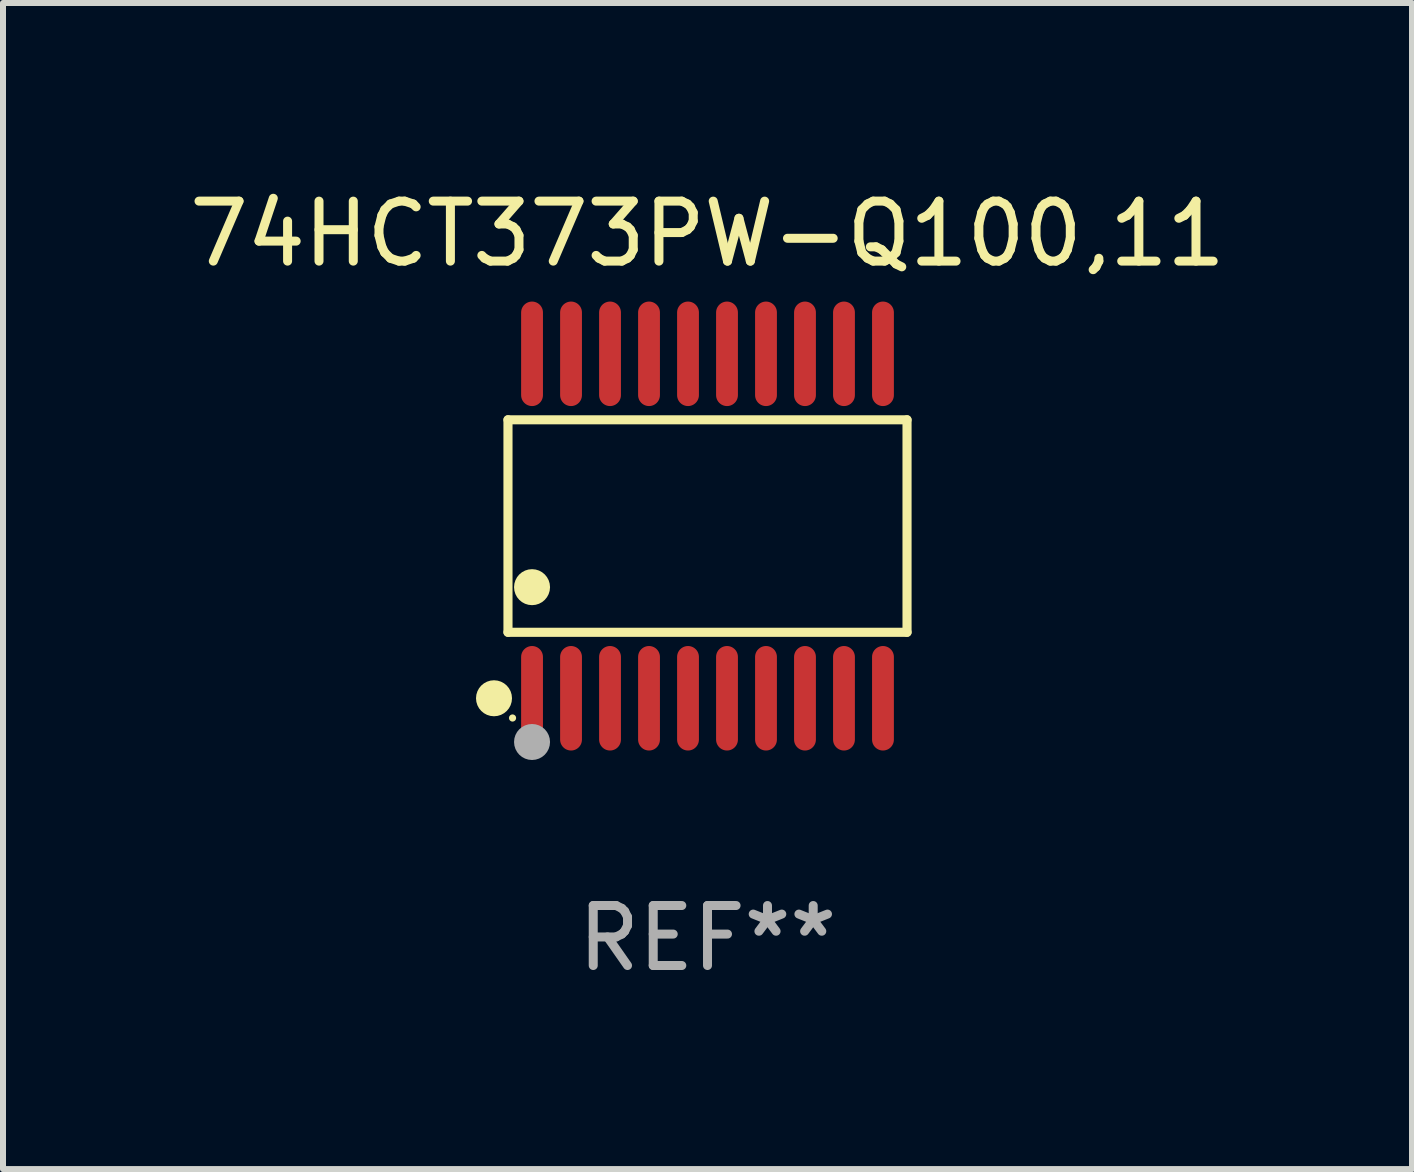
<source format=kicad_pcb>
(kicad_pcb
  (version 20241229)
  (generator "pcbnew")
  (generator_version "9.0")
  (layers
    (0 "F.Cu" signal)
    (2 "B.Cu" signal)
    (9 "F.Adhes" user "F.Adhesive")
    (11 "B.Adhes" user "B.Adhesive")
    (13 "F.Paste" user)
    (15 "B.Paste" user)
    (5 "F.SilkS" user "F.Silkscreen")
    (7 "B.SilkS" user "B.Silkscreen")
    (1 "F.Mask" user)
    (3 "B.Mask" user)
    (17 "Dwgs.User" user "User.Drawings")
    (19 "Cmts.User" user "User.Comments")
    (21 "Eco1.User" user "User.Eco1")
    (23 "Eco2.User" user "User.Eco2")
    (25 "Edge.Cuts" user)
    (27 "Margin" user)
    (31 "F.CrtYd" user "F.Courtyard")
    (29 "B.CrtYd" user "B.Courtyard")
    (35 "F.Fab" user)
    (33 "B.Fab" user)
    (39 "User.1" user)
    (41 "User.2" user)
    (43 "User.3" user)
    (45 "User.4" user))
  (footprint "74HCT373PW-Q100,11"
    (layer "F.Cu")
    (at 8.744 5.719)
    (property "Reference" "74HCT373PW-Q100,11" (at 0 -4.871 0) (layer "F.SilkS") (effects (font (size 1 1) (thickness 0.15))))
    (attr through_hole)
    (fp_line (start -3.326 -1.771) (end 3.326 -1.771) (stroke (width 0.152) (type solid)) (layer "F.SilkS"))
    (fp_line (start -3.326 1.771) (end -3.326 -1.771) (stroke (width 0.152) (type solid)) (layer "F.SilkS"))
    (fp_line (start 3.326 -1.771) (end 3.326 1.771) (stroke (width 0.152) (type solid)) (layer "F.SilkS"))
    (fp_line (start 3.326 1.771) (end -3.326 1.771) (stroke (width 0.152) (type solid)) (layer "F.SilkS"))
    (fp_circle (center -3.559 2.871) (end -3.409 2.871) (stroke (width 0.3) (type solid)) (fill no) (layer "F.SilkS"))
    (fp_circle (center -3.25 3.2) (end -3.22 3.2) (stroke (width 0.06) (type solid)) (fill no) (layer "F.SilkS"))
    (fp_circle (center -2.925 1.019) (end -2.775 1.019) (stroke (width 0.3) (type solid)) (fill no) (layer "F.SilkS"))
    (fp_circle (center -2.925 3.6) (end -2.775 3.6) (stroke (width 0.3) (type solid)) (fill no) (layer "F.Fab"))
    (fp_text user "REF**" (at 0 6.871 0) (layer "F.Fab") (effects (font (size 1 1) (thickness 0.15))))
    (pad "1" smd oval (at -2.925 2.871) (size 0.364 1.742) (layers "F.Cu" "F.Mask" "F.Paste"))
    (pad "2" smd oval (at -2.275 2.871) (size 0.364 1.742) (layers "F.Cu" "F.Mask" "F.Paste"))
    (pad "3" smd oval (at -1.625 2.871) (size 0.364 1.742) (layers "F.Cu" "F.Mask" "F.Paste"))
    (pad "4" smd oval (at -0.975 2.871) (size 0.364 1.742) (layers "F.Cu" "F.Mask" "F.Paste"))
    (pad "5" smd oval (at -0.325 2.871) (size 0.364 1.742) (layers "F.Cu" "F.Mask" "F.Paste"))
    (pad "6" smd oval (at 0.325 2.871) (size 0.364 1.742) (layers "F.Cu" "F.Mask" "F.Paste"))
    (pad "7" smd oval (at 0.975 2.871) (size 0.364 1.742) (layers "F.Cu" "F.Mask" "F.Paste"))
    (pad "8" smd oval (at 1.625 2.871) (size 0.364 1.742) (layers "F.Cu" "F.Mask" "F.Paste"))
    (pad "9" smd oval (at 2.275 2.871) (size 0.364 1.742) (layers "F.Cu" "F.Mask" "F.Paste"))
    (pad "10" smd oval (at 2.925 2.871) (size 0.364 1.742) (layers "F.Cu" "F.Mask" "F.Paste"))
    (pad "11" smd oval (at 2.925 -2.871) (size 0.364 1.742) (layers "F.Cu" "F.Mask" "F.Paste"))
    (pad "12" smd oval (at 2.275 -2.871) (size 0.364 1.742) (layers "F.Cu" "F.Mask" "F.Paste"))
    (pad "13" smd oval (at 1.625 -2.871) (size 0.364 1.742) (layers "F.Cu" "F.Mask" "F.Paste"))
    (pad "14" smd oval (at 0.975 -2.871) (size 0.364 1.742) (layers "F.Cu" "F.Mask" "F.Paste"))
    (pad "15" smd oval (at 0.325 -2.871) (size 0.364 1.742) (layers "F.Cu" "F.Mask" "F.Paste"))
    (pad "16" smd oval (at -0.325 -2.871) (size 0.364 1.742) (layers "F.Cu" "F.Mask" "F.Paste"))
    (pad "17" smd oval (at -0.975 -2.871) (size 0.364 1.742) (layers "F.Cu" "F.Mask" "F.Paste"))
    (pad "18" smd oval (at -1.625 -2.871) (size 0.364 1.742) (layers "F.Cu" "F.Mask" "F.Paste"))
    (pad "19" smd oval (at -2.275 -2.871) (size 0.364 1.742) (layers "F.Cu" "F.Mask" "F.Paste"))
    (pad "20" smd oval (at -2.925 -2.871) (size 0.364 1.742) (layers "F.Cu" "F.Mask" "F.Paste")))
  (gr_rect
    (start -3 -3)
    (end 20.488 16.438)
    (stroke (width 0.1) (type default))
    (fill no)
    (layer "Edge.Cuts")))
</source>
